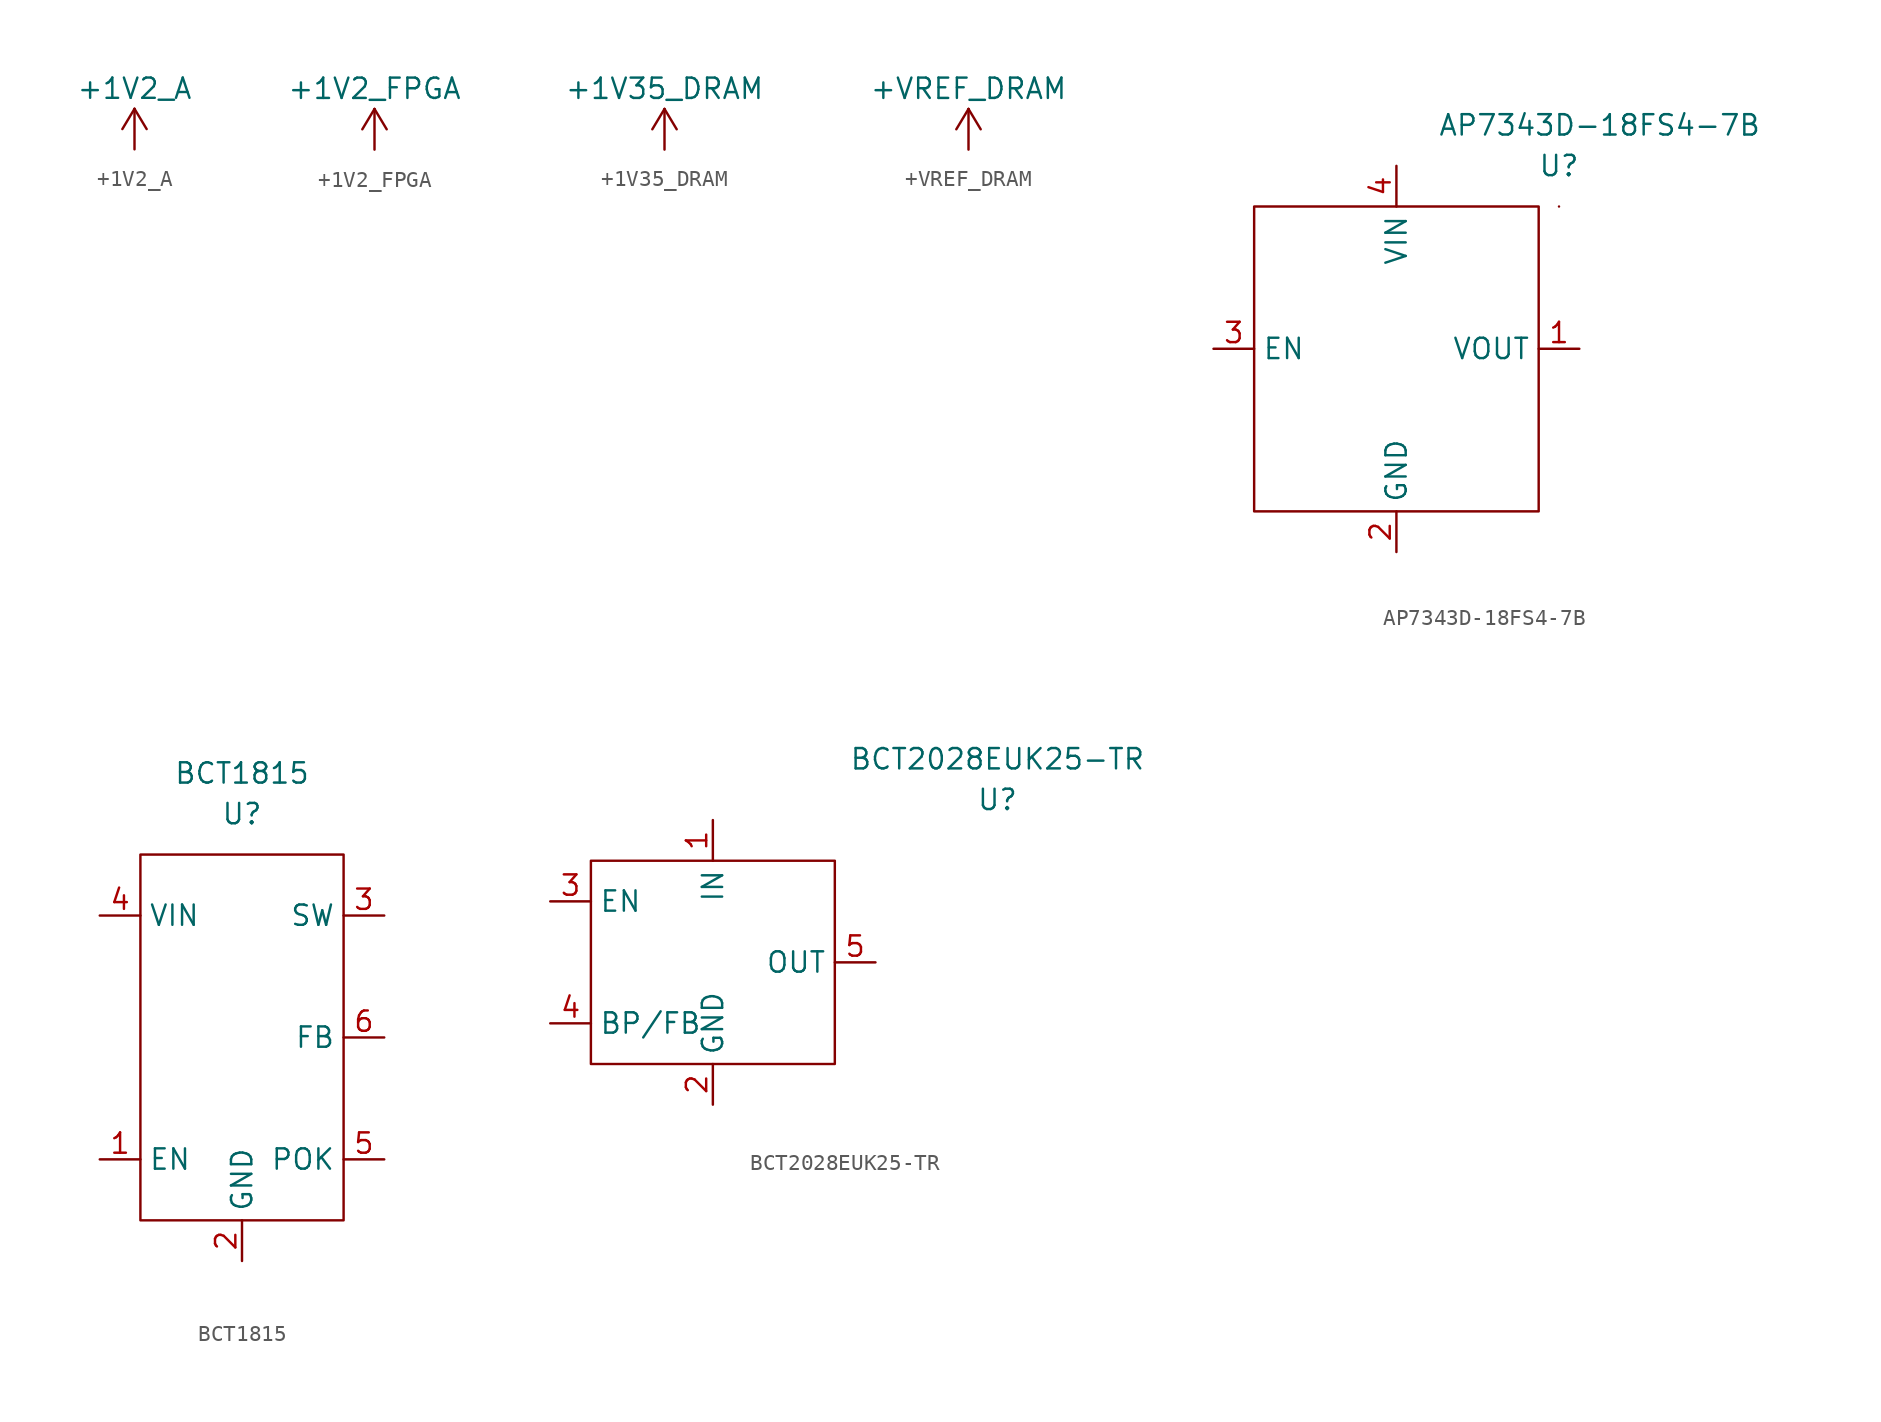
<source format=kicad_sym>
(kicad_symbol_lib
  (version 20220914)
  (generator kicad_symbol_editor)
  (symbol "+1V2_A"
    (power)
    (pin_names
      (offset 0))
    (property "Reference" "#PWR"
      (at 0 -3.81 0)
      (effects (font (size 1.27 1.27)) hide))
    (property "Value" "+1V2_A"
      (at 0 3.81 0)
      (effects (font (size 1.27 1.27))))
    (symbol "+1V2_A_0_1"
      (polyline (pts (xy -0.762 1.27) (xy 0 2.54)) (stroke (width 0) (type default)) (fill (type none)))
      (polyline (pts (xy 0 0) (xy 0 2.54)) (stroke (width 0) (type default)) (fill (type none)))
      (polyline (pts (xy 0 2.54) (xy 0.762 1.27)) (stroke (width 0) (type default)) (fill (type none))))
    (symbol "+1V2_A_1_1"
      (pin power_in line (at 0 0 90) (length 0) hide (name "VCC" (effects (font (size 1.27 1.27)))) (number "1" (effects (font (size 1.27 1.27)))))))
  (symbol "+1V2_FPGA"
    (power)
    (pin_names
      (offset 0))
    (property "Reference" "#PWR"
      (at 0 -3.81 0)
      (effects (font (size 1.27 1.27)) hide))
    (property "Value" "+1V2_FPGA"
      (at 0 3.81 0)
      (effects (font (size 1.27 1.27))))
    (symbol "+1V2_FPGA_0_1"
      (polyline (pts (xy -0.762 1.27) (xy 0 2.54)) (stroke (width 0) (type default)) (fill (type none)))
      (polyline (pts (xy 0 0) (xy 0 2.54)) (stroke (width 0) (type default)) (fill (type none)))
      (polyline (pts (xy 0 2.54) (xy 0.762 1.27)) (stroke (width 0) (type default)) (fill (type none))))
    (symbol "+1V2_FPGA_1_1"
      (pin power_in line (at 0 0 90) (length 0) hide (name "VCC" (effects (font (size 1.27 1.27)))) (number "1" (effects (font (size 1.27 1.27)))))))
  (symbol "+1V35_DRAM"
    (power)
    (pin_names
      (offset 0))
    (property "Reference" "#PWR"
      (at 0 -3.81 0)
      (effects (font (size 1.27 1.27)) hide))
    (property "Value" "+1V35_DRAM"
      (at 0 3.81 0)
      (effects (font (size 1.27 1.27))))
    (symbol "+1V35_DRAM_0_1"
      (polyline (pts (xy -0.762 1.27) (xy 0 2.54)) (stroke (width 0) (type default)) (fill (type none)))
      (polyline (pts (xy 0 0) (xy 0 2.54)) (stroke (width 0) (type default)) (fill (type none)))
      (polyline (pts (xy 0 2.54) (xy 0.762 1.27)) (stroke (width 0) (type default)) (fill (type none))))
    (symbol "+1V35_DRAM_1_1"
      (pin power_in line (at 0 0 90) (length 0) hide (name "VCC" (effects (font (size 1.27 1.27)))) (number "1" (effects (font (size 1.27 1.27)))))))
  (symbol "+VREF_DRAM"
    (power)
    (pin_names
      (offset 0))
    (property "Reference" "#PWR"
      (at 0 -3.81 0)
      (effects (font (size 1.27 1.27)) hide))
    (property "Value" "+VREF_DRAM"
      (at 0 3.81 0)
      (effects (font (size 1.27 1.27))))
    (symbol "+VREF_DRAM_0_1"
      (polyline (pts (xy -0.762 1.27) (xy 0 2.54)) (stroke (width 0) (type default)) (fill (type none)))
      (polyline (pts (xy 0 0) (xy 0 2.54)) (stroke (width 0) (type default)) (fill (type none)))
      (polyline (pts (xy 0 2.54) (xy 0.762 1.27)) (stroke (width 0) (type default)) (fill (type none))))
    (symbol "+VREF_DRAM_1_1"
      (pin power_in line (at 0 0 90) (length 0) hide (name "VCC" (effects (font (size 1.27 1.27)))) (number "1" (effects (font (size 1.27 1.27)))))))
  (symbol "AP7343D-18FS4-7B"
    (property "Reference" "U"
      (at 10.16 0 0)
      (effects (font (size 1.27 1.27))))
    (property "Value" "AP7343D-18FS4-7B"
      (at 12.7 2.54 0)
      (effects (font (size 1.27 1.27))))
    (symbol "AP7343D-18FS4-7B_0_1"
      (rectangle (start -8.89 -2.54) (end 8.89 -21.59) (stroke (width 0) (type default)) (fill (type none)))
      (rectangle (start 10.16 -2.54) (end 10.16 -2.54) (stroke (width 0) (type default)) (fill (type none))))
    (symbol "AP7343D-18FS4-7B_1_1"
      (pin power_out line (at 11.43 -11.43 180) (length 2.54) (name "VOUT" (effects (font (size 1.27 1.27)))) (number "1" (effects (font (size 1.27 1.27)))))
      (pin power_in line (at 0 -24.13 90) (length 2.54) (name "GND" (effects (font (size 1.27 1.27)))) (number "2" (effects (font (size 1.27 1.27)))))
      (pin input line (at -11.43 -11.43 0) (length 2.54) (name "EN" (effects (font (size 1.27 1.27)))) (number "3" (effects (font (size 1.27 1.27)))))
      (pin power_in line (at 0 0 270) (length 2.54) (name "VIN" (effects (font (size 1.27 1.27)))) (number "4" (effects (font (size 1.27 1.27)))))))
  (symbol "BCT1815"
    (property "Reference" "U"
      (at 0 1.27 0)
      (effects (font (size 1.27 1.27))))
    (property "Value" "BCT1815"
      (at 0 3.81 0)
      (effects (font (size 1.27 1.27))))
    (symbol "BCT1815_0_1"
      (rectangle (start -6.35 -1.27) (end 6.35 -24.13) (stroke (width 0) (type default)) (fill (type none))))
    (symbol "BCT1815_1_1"
      (pin input line (at -8.89 -20.32 0) (length 2.54) (name "EN" (effects (font (size 1.27 1.27)))) (number "1" (effects (font (size 1.27 1.27)))))
      (pin power_in line (at 0 -26.67 90) (length 2.54) (name "GND" (effects (font (size 1.27 1.27)))) (number "2" (effects (font (size 1.27 1.27)))))
      (pin power_out line (at 8.89 -5.08 180) (length 2.54) (name "SW" (effects (font (size 1.27 1.27)))) (number "3" (effects (font (size 1.27 1.27)))))
      (pin power_in line (at -8.89 -5.08 0) (length 2.54) (name "VIN" (effects (font (size 1.27 1.27)))) (number "4" (effects (font (size 1.27 1.27)))))
      (pin output line (at 8.89 -20.32 180) (length 2.54) (name "POK" (effects (font (size 1.27 1.27)))) (number "5" (effects (font (size 1.27 1.27)))))
      (pin input line (at 8.89 -12.7 180) (length 2.54) (name "FB" (effects (font (size 1.27 1.27)))) (number "6" (effects (font (size 1.27 1.27)))))))
  (symbol "BCT2028EUK25-TR"
    (property "Reference" "U"
      (at 17.78 0 0)
      (effects (font (size 1.27 1.27))))
    (property "Value" "BCT2028EUK25-TR"
      (at 17.78 2.54 0)
      (effects (font (size 1.27 1.27))))
    (symbol "BCT2028EUK25-TR_0_1"
      (rectangle (start -7.62 -3.81) (end 7.62 -16.51) (stroke (width 0) (type default)) (fill (type none))))
    (symbol "BCT2028EUK25-TR_1_1"
      (pin power_in line (at 0 -1.27 270) (length 2.54) (name "IN" (effects (font (size 1.27 1.27)))) (number "1" (effects (font (size 1.27 1.27)))))
      (pin power_in line (at 0 -19.05 90) (length 2.54) (name "GND" (effects (font (size 1.27 1.27)))) (number "2" (effects (font (size 1.27 1.27)))))
      (pin input line (at -10.16 -6.35 0) (length 2.54) (name "EN" (effects (font (size 1.27 1.27)))) (number "3" (effects (font (size 1.27 1.27)))))
      (pin input line (at -10.16 -13.97 0) (length 2.54) (name "BP/FB" (effects (font (size 1.27 1.27)))) (number "4" (effects (font (size 1.27 1.27)))))
      (pin power_out line (at 10.16 -10.16 180) (length 2.54) (name "OUT" (effects (font (size 1.27 1.27)))) (number "5" (effects (font (size 1.27 1.27))))))))
</source>
